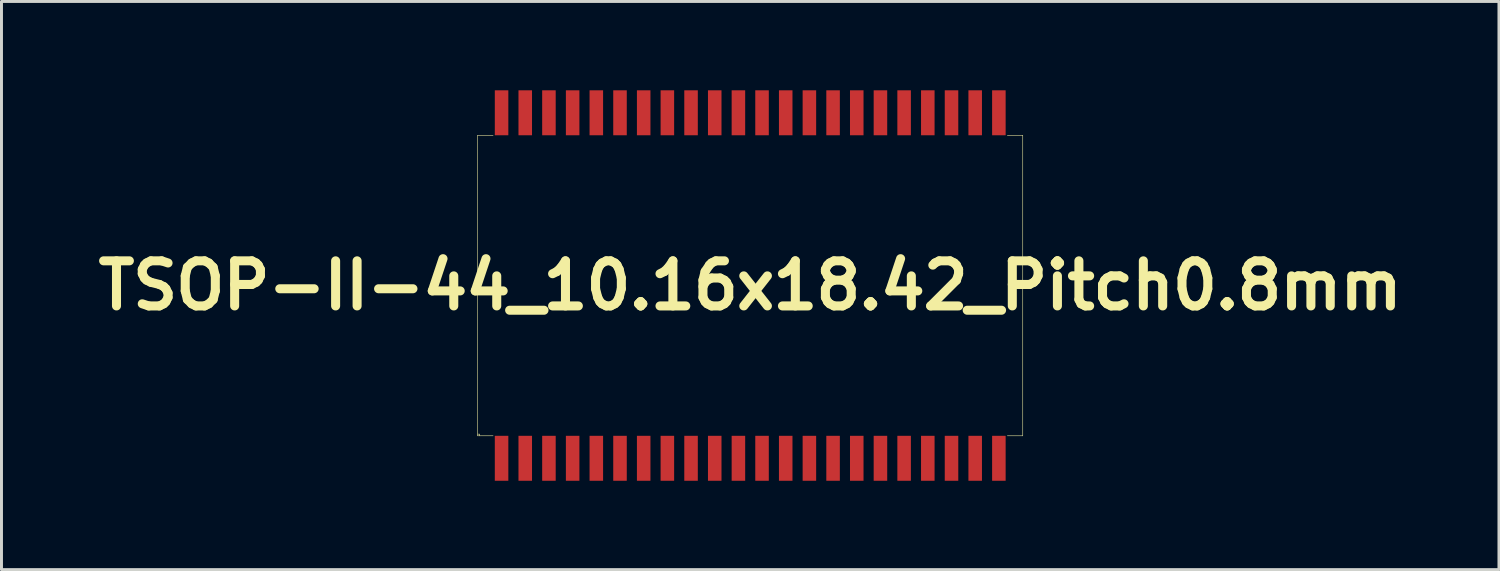
<source format=kicad_pcb>
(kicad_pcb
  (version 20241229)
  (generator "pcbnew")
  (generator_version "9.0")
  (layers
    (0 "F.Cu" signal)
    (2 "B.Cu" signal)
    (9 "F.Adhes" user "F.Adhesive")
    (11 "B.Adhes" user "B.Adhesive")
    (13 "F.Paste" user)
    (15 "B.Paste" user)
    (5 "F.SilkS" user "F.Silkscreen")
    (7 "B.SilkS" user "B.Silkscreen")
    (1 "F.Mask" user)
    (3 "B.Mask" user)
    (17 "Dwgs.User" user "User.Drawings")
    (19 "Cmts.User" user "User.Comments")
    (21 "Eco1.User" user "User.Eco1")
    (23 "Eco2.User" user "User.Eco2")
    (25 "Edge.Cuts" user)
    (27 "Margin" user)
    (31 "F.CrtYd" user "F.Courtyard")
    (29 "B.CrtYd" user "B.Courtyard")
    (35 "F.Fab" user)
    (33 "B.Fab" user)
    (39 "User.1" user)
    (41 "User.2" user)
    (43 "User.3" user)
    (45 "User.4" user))
  (footprint "TSOP-II-44_10.16x18.42_Pitch0.8mm"
    (layer "F.Cu")
    (at 22.294 6.596)
    (property "Reference" "TSOP-II-44_10.16x18.42_Pitch0.8mm" (at 0 0 0) (layer "F.SilkS") (effects (font (size 1.524 1.524) (thickness 0.305))))
    (attr through_hole)
    (fp_line (start -9.207 -5.077) (end -9.207 5.077) (stroke (width 0.018) (type solid)) (layer "F.SilkS"))
    (fp_line (start -9.207 -5.077) (end -8.687 -5.077) (stroke (width 0.018) (type solid)) (layer "F.SilkS"))
    (fp_line (start -9.207 5.019) (end -9.149 5.019) (stroke (width 0.018) (type solid)) (layer "F.SilkS"))
    (fp_line (start -9.207 5.077) (end -8.687 5.077) (stroke (width 0.018) (type solid)) (layer "F.SilkS"))
    (fp_line (start -9.149 5.019) (end -9.149 5.077) (stroke (width 0.018) (type solid)) (layer "F.SilkS"))
    (fp_line (start 8.687 -5.077) (end 9.207 -5.077) (stroke (width 0.018) (type solid)) (layer "F.SilkS"))
    (fp_line (start 8.687 5.077) (end 9.207 5.077) (stroke (width 0.018) (type solid)) (layer "F.SilkS"))
    (fp_line (start 9.207 -5.077) (end 9.207 5.077) (stroke (width 0.018) (type solid)) (layer "F.SilkS"))
    (pad "1" smd rect (at -8.4 5.077 180) (size 0.457 1.519) (drill (offset 0 -0.759)) (layers "F.Cu" "F.Mask" "F.Paste"))
    (pad "2" smd rect (at -7.6 5.077 180) (size 0.457 1.519) (drill (offset 0 -0.759)) (layers "F.Cu" "F.Mask" "F.Paste"))
    (pad "3" smd rect (at -6.8 5.077 180) (size 0.457 1.519) (drill (offset 0 -0.759)) (layers "F.Cu" "F.Mask" "F.Paste"))
    (pad "4" smd rect (at -5.999 5.077 180) (size 0.457 1.519) (drill (offset 0 -0.759)) (layers "F.Cu" "F.Mask" "F.Paste"))
    (pad "5" smd rect (at -5.199 5.077 180) (size 0.457 1.519) (drill (offset 0 -0.759)) (layers "F.Cu" "F.Mask" "F.Paste"))
    (pad "6" smd rect (at -4.399 5.077 180) (size 0.457 1.519) (drill (offset 0 -0.759)) (layers "F.Cu" "F.Mask" "F.Paste"))
    (pad "7" smd rect (at -3.599 5.077 180) (size 0.457 1.519) (drill (offset 0 -0.759)) (layers "F.Cu" "F.Mask" "F.Paste"))
    (pad "8" smd rect (at -2.799 5.077 180) (size 0.457 1.519) (drill (offset 0 -0.759)) (layers "F.Cu" "F.Mask" "F.Paste"))
    (pad "9" smd rect (at -1.999 5.077 180) (size 0.457 1.519) (drill (offset 0 -0.759)) (layers "F.Cu" "F.Mask" "F.Paste"))
    (pad "10" smd rect (at -1.199 5.077 180) (size 0.457 1.519) (drill (offset 0 -0.759)) (layers "F.Cu" "F.Mask" "F.Paste"))
    (pad "11" smd rect (at -0.399 5.077 180) (size 0.457 1.519) (drill (offset 0 -0.759)) (layers "F.Cu" "F.Mask" "F.Paste"))
    (pad "12" smd rect (at 0.399 5.077 180) (size 0.457 1.519) (drill (offset 0 -0.759)) (layers "F.Cu" "F.Mask" "F.Paste"))
    (pad "13" smd rect (at 1.199 5.077 180) (size 0.457 1.519) (drill (offset 0 -0.759)) (layers "F.Cu" "F.Mask" "F.Paste"))
    (pad "14" smd rect (at 1.999 5.077 180) (size 0.457 1.519) (drill (offset 0 -0.759)) (layers "F.Cu" "F.Mask" "F.Paste"))
    (pad "15" smd rect (at 2.799 5.077 180) (size 0.457 1.519) (drill (offset 0 -0.759)) (layers "F.Cu" "F.Mask" "F.Paste"))
    (pad "16" smd rect (at 3.599 5.077 180) (size 0.457 1.519) (drill (offset 0 -0.759)) (layers "F.Cu" "F.Mask" "F.Paste"))
    (pad "17" smd rect (at 4.399 5.077 180) (size 0.457 1.519) (drill (offset 0 -0.759)) (layers "F.Cu" "F.Mask" "F.Paste"))
    (pad "18" smd rect (at 5.199 5.077 180) (size 0.457 1.519) (drill (offset 0 -0.759)) (layers "F.Cu" "F.Mask" "F.Paste"))
    (pad "19" smd rect (at 5.999 5.077 180) (size 0.457 1.519) (drill (offset 0 -0.759)) (layers "F.Cu" "F.Mask" "F.Paste"))
    (pad "20" smd rect (at 6.8 5.077 180) (size 0.457 1.519) (drill (offset 0 -0.759)) (layers "F.Cu" "F.Mask" "F.Paste"))
    (pad "21" smd rect (at 7.6 5.077 180) (size 0.457 1.519) (drill (offset 0 -0.759)) (layers "F.Cu" "F.Mask" "F.Paste"))
    (pad "22" smd rect (at 8.4 5.077 180) (size 0.457 1.519) (drill (offset 0 -0.759)) (layers "F.Cu" "F.Mask" "F.Paste"))
    (pad "23" smd rect (at 8.4 -5.077) (size 0.457 1.519) (drill (offset 0 -0.759)) (layers "F.Cu" "F.Mask" "F.Paste"))
    (pad "24" smd rect (at 7.6 -5.077) (size 0.457 1.519) (drill (offset 0 -0.759)) (layers "F.Cu" "F.Mask" "F.Paste"))
    (pad "25" smd rect (at 6.8 -5.077) (size 0.457 1.519) (drill (offset 0 -0.759)) (layers "F.Cu" "F.Mask" "F.Paste"))
    (pad "26" smd rect (at 5.999 -5.077) (size 0.457 1.519) (drill (offset 0 -0.759)) (layers "F.Cu" "F.Mask" "F.Paste"))
    (pad "27" smd rect (at 5.199 -5.077) (size 0.457 1.519) (drill (offset 0 -0.759)) (layers "F.Cu" "F.Mask" "F.Paste"))
    (pad "28" smd rect (at 4.399 -5.077) (size 0.457 1.519) (drill (offset 0 -0.759)) (layers "F.Cu" "F.Mask" "F.Paste"))
    (pad "29" smd rect (at 3.599 -5.077) (size 0.457 1.519) (drill (offset 0 -0.759)) (layers "F.Cu" "F.Mask" "F.Paste"))
    (pad "30" smd rect (at 2.799 -5.077) (size 0.457 1.519) (drill (offset 0 -0.759)) (layers "F.Cu" "F.Mask" "F.Paste"))
    (pad "31" smd rect (at 1.999 -5.077) (size 0.457 1.519) (drill (offset 0 -0.759)) (layers "F.Cu" "F.Mask" "F.Paste"))
    (pad "32" smd rect (at 1.199 -5.077) (size 0.457 1.519) (drill (offset 0 -0.759)) (layers "F.Cu" "F.Mask" "F.Paste"))
    (pad "33" smd rect (at 0.399 -5.077) (size 0.457 1.519) (drill (offset 0 -0.759)) (layers "F.Cu" "F.Mask" "F.Paste"))
    (pad "34" smd rect (at -0.399 -5.077) (size 0.457 1.519) (drill (offset 0 -0.759)) (layers "F.Cu" "F.Mask" "F.Paste"))
    (pad "35" smd rect (at -1.199 -5.077) (size 0.457 1.519) (drill (offset 0 -0.759)) (layers "F.Cu" "F.Mask" "F.Paste"))
    (pad "36" smd rect (at -1.999 -5.077) (size 0.457 1.519) (drill (offset 0 -0.759)) (layers "F.Cu" "F.Mask" "F.Paste"))
    (pad "37" smd rect (at -2.799 -5.077) (size 0.457 1.519) (drill (offset 0 -0.759)) (layers "F.Cu" "F.Mask" "F.Paste"))
    (pad "38" smd rect (at -3.599 -5.077) (size 0.457 1.519) (drill (offset 0 -0.759)) (layers "F.Cu" "F.Mask" "F.Paste"))
    (pad "39" smd rect (at -4.399 -5.077) (size 0.457 1.519) (drill (offset 0 -0.759)) (layers "F.Cu" "F.Mask" "F.Paste"))
    (pad "40" smd rect (at -5.199 -5.077) (size 0.457 1.519) (drill (offset 0 -0.759)) (layers "F.Cu" "F.Mask" "F.Paste"))
    (pad "41" smd rect (at -5.999 -5.077) (size 0.457 1.519) (drill (offset 0 -0.759)) (layers "F.Cu" "F.Mask" "F.Paste"))
    (pad "42" smd rect (at -6.8 -5.077) (size 0.457 1.519) (drill (offset 0 -0.759)) (layers "F.Cu" "F.Mask" "F.Paste"))
    (pad "43" smd rect (at -7.6 -5.077) (size 0.457 1.519) (drill (offset 0 -0.759)) (layers "F.Cu" "F.Mask" "F.Paste"))
    (pad "44" smd rect (at -8.4 -5.077) (size 0.457 1.519) (drill (offset 0 -0.759)) (layers "F.Cu" "F.Mask" "F.Paste")))
  (gr_rect
    (start -3 -3)
    (end 47.588 16.193)
    (stroke (width 0.1) (type default))
    (fill no)
    (layer "Edge.Cuts")))
</source>
